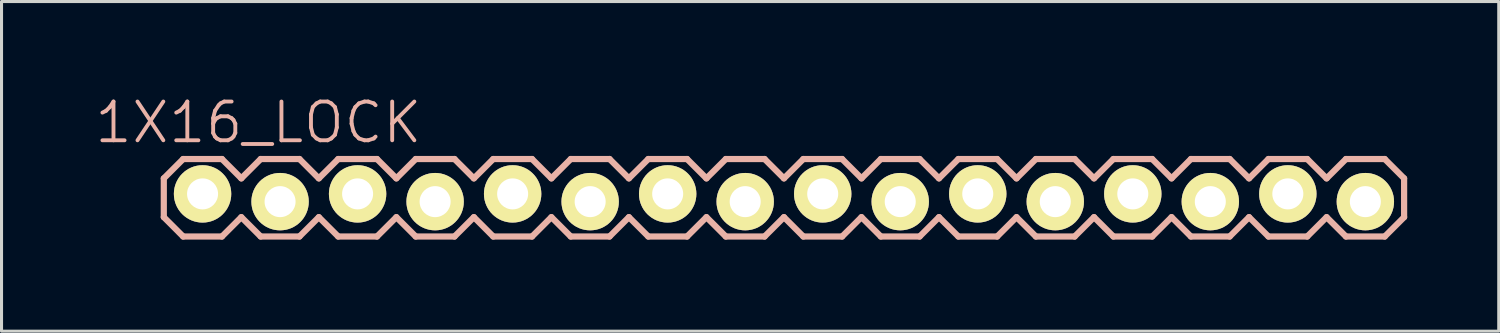
<source format=kicad_pcb>
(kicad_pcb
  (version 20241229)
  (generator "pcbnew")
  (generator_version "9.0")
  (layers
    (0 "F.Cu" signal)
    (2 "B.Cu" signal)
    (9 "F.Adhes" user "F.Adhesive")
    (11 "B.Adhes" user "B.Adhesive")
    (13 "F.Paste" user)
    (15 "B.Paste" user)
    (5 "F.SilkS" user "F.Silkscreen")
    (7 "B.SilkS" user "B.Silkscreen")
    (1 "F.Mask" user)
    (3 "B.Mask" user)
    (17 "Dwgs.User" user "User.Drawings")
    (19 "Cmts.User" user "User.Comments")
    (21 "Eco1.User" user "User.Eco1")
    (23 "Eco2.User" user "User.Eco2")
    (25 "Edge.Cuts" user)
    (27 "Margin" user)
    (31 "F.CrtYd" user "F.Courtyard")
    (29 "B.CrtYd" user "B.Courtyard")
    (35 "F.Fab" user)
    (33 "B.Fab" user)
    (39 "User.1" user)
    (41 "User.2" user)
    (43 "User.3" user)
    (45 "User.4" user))
  (footprint "1X16_LOCK"
    (layer "F.Cu")
    (at 3.587 3.43)
    (property "Reference" "1X16_LOCK" (at 1.829 -2.464 0) (layer "B.SilkS") (effects (font (size 1.27 1.27) (thickness 0.127))))
    (attr exclude_from_pos_files exclude_from_bom)
    (fp_line (start -0.254 -0.254) (end 0.254 -0.254) (stroke (width 0.066) (type solid)) (layer "F.SilkS"))
    (fp_line (start -0.254 0.254) (end -0.254 -0.254) (stroke (width 0.066) (type solid)) (layer "F.SilkS"))
    (fp_line (start -0.254 0.254) (end 0.254 0.254) (stroke (width 0.066) (type solid)) (layer "F.SilkS"))
    (fp_line (start 0.254 0.254) (end 0.254 -0.254) (stroke (width 0.066) (type solid)) (layer "F.SilkS"))
    (fp_line (start 2.286 -0.254) (end 2.794 -0.254) (stroke (width 0.066) (type solid)) (layer "F.SilkS"))
    (fp_line (start 2.286 0.254) (end 2.286 -0.254) (stroke (width 0.066) (type solid)) (layer "F.SilkS"))
    (fp_line (start 2.286 0.254) (end 2.794 0.254) (stroke (width 0.066) (type solid)) (layer "F.SilkS"))
    (fp_line (start 2.794 0.254) (end 2.794 -0.254) (stroke (width 0.066) (type solid)) (layer "F.SilkS"))
    (fp_line (start 4.826 -0.254) (end 5.334 -0.254) (stroke (width 0.066) (type solid)) (layer "F.SilkS"))
    (fp_line (start 4.826 0.254) (end 4.826 -0.254) (stroke (width 0.066) (type solid)) (layer "F.SilkS"))
    (fp_line (start 4.826 0.254) (end 5.334 0.254) (stroke (width 0.066) (type solid)) (layer "F.SilkS"))
    (fp_line (start 5.334 0.254) (end 5.334 -0.254) (stroke (width 0.066) (type solid)) (layer "F.SilkS"))
    (fp_line (start 7.366 -0.254) (end 7.874 -0.254) (stroke (width 0.066) (type solid)) (layer "F.SilkS"))
    (fp_line (start 7.366 0.254) (end 7.366 -0.254) (stroke (width 0.066) (type solid)) (layer "F.SilkS"))
    (fp_line (start 7.366 0.254) (end 7.874 0.254) (stroke (width 0.066) (type solid)) (layer "F.SilkS"))
    (fp_line (start 7.874 0.254) (end 7.874 -0.254) (stroke (width 0.066) (type solid)) (layer "F.SilkS"))
    (fp_line (start 9.906 -0.254) (end 10.414 -0.254) (stroke (width 0.066) (type solid)) (layer "F.SilkS"))
    (fp_line (start 9.906 0.254) (end 9.906 -0.254) (stroke (width 0.066) (type solid)) (layer "F.SilkS"))
    (fp_line (start 9.906 0.254) (end 10.414 0.254) (stroke (width 0.066) (type solid)) (layer "F.SilkS"))
    (fp_line (start 10.414 0.254) (end 10.414 -0.254) (stroke (width 0.066) (type solid)) (layer "F.SilkS"))
    (fp_line (start 12.446 -0.254) (end 12.954 -0.254) (stroke (width 0.066) (type solid)) (layer "F.SilkS"))
    (fp_line (start 12.446 0.254) (end 12.446 -0.254) (stroke (width 0.066) (type solid)) (layer "F.SilkS"))
    (fp_line (start 12.446 0.254) (end 12.954 0.254) (stroke (width 0.066) (type solid)) (layer "F.SilkS"))
    (fp_line (start 12.954 0.254) (end 12.954 -0.254) (stroke (width 0.066) (type solid)) (layer "F.SilkS"))
    (fp_line (start 14.986 -0.254) (end 15.494 -0.254) (stroke (width 0.066) (type solid)) (layer "F.SilkS"))
    (fp_line (start 14.986 0.254) (end 14.986 -0.254) (stroke (width 0.066) (type solid)) (layer "F.SilkS"))
    (fp_line (start 14.986 0.254) (end 15.494 0.254) (stroke (width 0.066) (type solid)) (layer "F.SilkS"))
    (fp_line (start 15.494 0.254) (end 15.494 -0.254) (stroke (width 0.066) (type solid)) (layer "F.SilkS"))
    (fp_line (start 17.523 -0.254) (end 18.034 -0.254) (stroke (width 0.066) (type solid)) (layer "F.SilkS"))
    (fp_line (start 17.523 0.254) (end 17.523 -0.254) (stroke (width 0.066) (type solid)) (layer "F.SilkS"))
    (fp_line (start 17.523 0.254) (end 18.034 0.254) (stroke (width 0.066) (type solid)) (layer "F.SilkS"))
    (fp_line (start 18.034 0.254) (end 18.034 -0.254) (stroke (width 0.066) (type solid)) (layer "F.SilkS"))
    (fp_line (start 20.066 -0.254) (end 20.574 -0.254) (stroke (width 0.066) (type solid)) (layer "F.SilkS"))
    (fp_line (start 20.066 0.254) (end 20.066 -0.254) (stroke (width 0.066) (type solid)) (layer "F.SilkS"))
    (fp_line (start 20.066 0.254) (end 20.574 0.254) (stroke (width 0.066) (type solid)) (layer "F.SilkS"))
    (fp_line (start 20.574 0.254) (end 20.574 -0.254) (stroke (width 0.066) (type solid)) (layer "F.SilkS"))
    (fp_line (start 22.606 -0.254) (end 23.114 -0.254) (stroke (width 0.066) (type solid)) (layer "F.SilkS"))
    (fp_line (start 22.606 0.254) (end 22.606 -0.254) (stroke (width 0.066) (type solid)) (layer "F.SilkS"))
    (fp_line (start 22.606 0.254) (end 23.114 0.254) (stroke (width 0.066) (type solid)) (layer "F.SilkS"))
    (fp_line (start 23.114 0.254) (end 23.114 -0.254) (stroke (width 0.066) (type solid)) (layer "F.SilkS"))
    (fp_line (start 25.146 -0.254) (end 25.654 -0.254) (stroke (width 0.066) (type solid)) (layer "F.SilkS"))
    (fp_line (start 25.146 0.254) (end 25.146 -0.254) (stroke (width 0.066) (type solid)) (layer "F.SilkS"))
    (fp_line (start 25.146 0.254) (end 25.654 0.254) (stroke (width 0.066) (type solid)) (layer "F.SilkS"))
    (fp_line (start 25.654 0.254) (end 25.654 -0.254) (stroke (width 0.066) (type solid)) (layer "F.SilkS"))
    (fp_line (start 27.686 -0.254) (end 28.194 -0.254) (stroke (width 0.066) (type solid)) (layer "F.SilkS"))
    (fp_line (start 27.686 0.254) (end 27.686 -0.254) (stroke (width 0.066) (type solid)) (layer "F.SilkS"))
    (fp_line (start 27.686 0.254) (end 28.194 0.254) (stroke (width 0.066) (type solid)) (layer "F.SilkS"))
    (fp_line (start 28.194 0.254) (end 28.194 -0.254) (stroke (width 0.066) (type solid)) (layer "F.SilkS"))
    (fp_line (start 30.226 -0.254) (end 30.734 -0.254) (stroke (width 0.066) (type solid)) (layer "F.SilkS"))
    (fp_line (start 30.226 0.254) (end 30.226 -0.254) (stroke (width 0.066) (type solid)) (layer "F.SilkS"))
    (fp_line (start 30.226 0.254) (end 30.734 0.254) (stroke (width 0.066) (type solid)) (layer "F.SilkS"))
    (fp_line (start 30.734 0.254) (end 30.734 -0.254) (stroke (width 0.066) (type solid)) (layer "F.SilkS"))
    (fp_line (start 32.766 -0.254) (end 33.274 -0.254) (stroke (width 0.066) (type solid)) (layer "F.SilkS"))
    (fp_line (start 32.766 0.254) (end 32.766 -0.254) (stroke (width 0.066) (type solid)) (layer "F.SilkS"))
    (fp_line (start 32.766 0.254) (end 33.274 0.254) (stroke (width 0.066) (type solid)) (layer "F.SilkS"))
    (fp_line (start 33.274 0.254) (end 33.274 -0.254) (stroke (width 0.066) (type solid)) (layer "F.SilkS"))
    (fp_line (start 35.303 -0.254) (end 35.814 -0.254) (stroke (width 0.066) (type solid)) (layer "F.SilkS"))
    (fp_line (start 35.303 0.254) (end 35.303 -0.254) (stroke (width 0.066) (type solid)) (layer "F.SilkS"))
    (fp_line (start 35.303 0.254) (end 35.814 0.254) (stroke (width 0.066) (type solid)) (layer "F.SilkS"))
    (fp_line (start 35.814 0.254) (end 35.814 -0.254) (stroke (width 0.066) (type solid)) (layer "F.SilkS"))
    (fp_line (start 37.846 -0.254) (end 38.354 -0.254) (stroke (width 0.066) (type solid)) (layer "F.SilkS"))
    (fp_line (start 37.846 0.254) (end 37.846 -0.254) (stroke (width 0.066) (type solid)) (layer "F.SilkS"))
    (fp_line (start 37.846 0.254) (end 38.354 0.254) (stroke (width 0.066) (type solid)) (layer "F.SilkS"))
    (fp_line (start 38.354 0.254) (end 38.354 -0.254) (stroke (width 0.066) (type solid)) (layer "F.SilkS"))
    (fp_line (start -1.27 -0.635) (end -1.27 0.635) (stroke (width 0.203) (type solid)) (layer "B.SilkS"))
    (fp_line (start -1.27 0.635) (end -0.635 1.27) (stroke (width 0.203) (type solid)) (layer "B.SilkS"))
    (fp_line (start -0.635 -1.27) (end -1.27 -0.635) (stroke (width 0.203) (type solid)) (layer "B.SilkS"))
    (fp_line (start -0.635 -1.27) (end 0.635 -1.27) (stroke (width 0.203) (type solid)) (layer "B.SilkS"))
    (fp_line (start 0.635 -1.27) (end 1.27 -0.635) (stroke (width 0.203) (type solid)) (layer "B.SilkS"))
    (fp_line (start 0.635 1.27) (end -0.635 1.27) (stroke (width 0.203) (type solid)) (layer "B.SilkS"))
    (fp_line (start 1.27 -0.635) (end 1.905 -1.27) (stroke (width 0.203) (type solid)) (layer "B.SilkS"))
    (fp_line (start 1.27 0.635) (end 0.635 1.27) (stroke (width 0.203) (type solid)) (layer "B.SilkS"))
    (fp_line (start 1.905 -1.27) (end 3.175 -1.27) (stroke (width 0.203) (type solid)) (layer "B.SilkS"))
    (fp_line (start 1.905 1.27) (end 1.27 0.635) (stroke (width 0.203) (type solid)) (layer "B.SilkS"))
    (fp_line (start 3.175 -1.27) (end 3.81 -0.635) (stroke (width 0.203) (type solid)) (layer "B.SilkS"))
    (fp_line (start 3.175 1.27) (end 1.905 1.27) (stroke (width 0.203) (type solid)) (layer "B.SilkS"))
    (fp_line (start 3.81 -0.635) (end 4.445 -1.27) (stroke (width 0.203) (type solid)) (layer "B.SilkS"))
    (fp_line (start 3.81 0.635) (end 3.175 1.27) (stroke (width 0.203) (type solid)) (layer "B.SilkS"))
    (fp_line (start 4.445 -1.27) (end 5.715 -1.27) (stroke (width 0.203) (type solid)) (layer "B.SilkS"))
    (fp_line (start 4.445 1.27) (end 3.81 0.635) (stroke (width 0.203) (type solid)) (layer "B.SilkS"))
    (fp_line (start 5.715 -1.27) (end 6.35 -0.635) (stroke (width 0.203) (type solid)) (layer "B.SilkS"))
    (fp_line (start 5.715 1.27) (end 4.445 1.27) (stroke (width 0.203) (type solid)) (layer "B.SilkS"))
    (fp_line (start 6.35 0.635) (end 5.715 1.27) (stroke (width 0.203) (type solid)) (layer "B.SilkS"))
    (fp_line (start 6.35 0.635) (end 6.985 1.27) (stroke (width 0.203) (type solid)) (layer "B.SilkS"))
    (fp_line (start 6.985 -1.27) (end 6.35 -0.635) (stroke (width 0.203) (type solid)) (layer "B.SilkS"))
    (fp_line (start 6.985 -1.27) (end 8.255 -1.27) (stroke (width 0.203) (type solid)) (layer "B.SilkS"))
    (fp_line (start 8.255 -1.27) (end 8.89 -0.635) (stroke (width 0.203) (type solid)) (layer "B.SilkS"))
    (fp_line (start 8.255 1.27) (end 6.985 1.27) (stroke (width 0.203) (type solid)) (layer "B.SilkS"))
    (fp_line (start 8.89 -0.635) (end 9.525 -1.27) (stroke (width 0.203) (type solid)) (layer "B.SilkS"))
    (fp_line (start 8.89 0.635) (end 8.255 1.27) (stroke (width 0.203) (type solid)) (layer "B.SilkS"))
    (fp_line (start 9.525 -1.27) (end 10.795 -1.27) (stroke (width 0.203) (type solid)) (layer "B.SilkS"))
    (fp_line (start 9.525 1.27) (end 8.89 0.635) (stroke (width 0.203) (type solid)) (layer "B.SilkS"))
    (fp_line (start 10.795 -1.27) (end 11.43 -0.635) (stroke (width 0.203) (type solid)) (layer "B.SilkS"))
    (fp_line (start 10.795 1.27) (end 9.525 1.27) (stroke (width 0.203) (type solid)) (layer "B.SilkS"))
    (fp_line (start 11.43 -0.635) (end 12.065 -1.27) (stroke (width 0.203) (type solid)) (layer "B.SilkS"))
    (fp_line (start 11.43 0.635) (end 10.795 1.27) (stroke (width 0.203) (type solid)) (layer "B.SilkS"))
    (fp_line (start 12.065 -1.27) (end 13.335 -1.27) (stroke (width 0.203) (type solid)) (layer "B.SilkS"))
    (fp_line (start 12.065 1.27) (end 11.43 0.635) (stroke (width 0.203) (type solid)) (layer "B.SilkS"))
    (fp_line (start 13.335 -1.27) (end 13.97 -0.635) (stroke (width 0.203) (type solid)) (layer "B.SilkS"))
    (fp_line (start 13.335 1.27) (end 12.065 1.27) (stroke (width 0.203) (type solid)) (layer "B.SilkS"))
    (fp_line (start 13.97 0.635) (end 13.335 1.27) (stroke (width 0.203) (type solid)) (layer "B.SilkS"))
    (fp_line (start 13.97 0.635) (end 14.605 1.27) (stroke (width 0.203) (type solid)) (layer "B.SilkS"))
    (fp_line (start 14.605 -1.27) (end 13.97 -0.635) (stroke (width 0.203) (type solid)) (layer "B.SilkS"))
    (fp_line (start 14.605 -1.27) (end 15.875 -1.27) (stroke (width 0.203) (type solid)) (layer "B.SilkS"))
    (fp_line (start 15.875 -1.27) (end 16.51 -0.635) (stroke (width 0.203) (type solid)) (layer "B.SilkS"))
    (fp_line (start 15.875 1.27) (end 14.605 1.27) (stroke (width 0.203) (type solid)) (layer "B.SilkS"))
    (fp_line (start 16.51 0.635) (end 15.875 1.27) (stroke (width 0.203) (type solid)) (layer "B.SilkS"))
    (fp_line (start 16.51 0.635) (end 17.145 1.27) (stroke (width 0.203) (type solid)) (layer "B.SilkS"))
    (fp_line (start 17.145 -1.27) (end 16.51 -0.635) (stroke (width 0.203) (type solid)) (layer "B.SilkS"))
    (fp_line (start 17.145 -1.27) (end 18.415 -1.27) (stroke (width 0.203) (type solid)) (layer "B.SilkS"))
    (fp_line (start 18.415 -1.27) (end 19.05 -0.635) (stroke (width 0.203) (type solid)) (layer "B.SilkS"))
    (fp_line (start 18.415 1.27) (end 17.145 1.27) (stroke (width 0.203) (type solid)) (layer "B.SilkS"))
    (fp_line (start 19.05 -0.635) (end 19.685 -1.27) (stroke (width 0.203) (type solid)) (layer "B.SilkS"))
    (fp_line (start 19.05 0.635) (end 18.415 1.27) (stroke (width 0.203) (type solid)) (layer "B.SilkS"))
    (fp_line (start 19.685 -1.27) (end 20.955 -1.27) (stroke (width 0.203) (type solid)) (layer "B.SilkS"))
    (fp_line (start 19.685 1.27) (end 19.05 0.635) (stroke (width 0.203) (type solid)) (layer "B.SilkS"))
    (fp_line (start 20.955 -1.27) (end 21.59 -0.635) (stroke (width 0.203) (type solid)) (layer "B.SilkS"))
    (fp_line (start 20.955 1.27) (end 19.685 1.27) (stroke (width 0.203) (type solid)) (layer "B.SilkS"))
    (fp_line (start 21.59 -0.635) (end 22.225 -1.27) (stroke (width 0.203) (type solid)) (layer "B.SilkS"))
    (fp_line (start 21.59 0.635) (end 20.955 1.27) (stroke (width 0.203) (type solid)) (layer "B.SilkS"))
    (fp_line (start 22.225 -1.27) (end 23.495 -1.27) (stroke (width 0.203) (type solid)) (layer "B.SilkS"))
    (fp_line (start 22.225 1.27) (end 21.59 0.635) (stroke (width 0.203) (type solid)) (layer "B.SilkS"))
    (fp_line (start 23.495 -1.27) (end 24.13 -0.635) (stroke (width 0.203) (type solid)) (layer "B.SilkS"))
    (fp_line (start 23.495 1.27) (end 22.225 1.27) (stroke (width 0.203) (type solid)) (layer "B.SilkS"))
    (fp_line (start 24.13 0.635) (end 23.495 1.27) (stroke (width 0.203) (type solid)) (layer "B.SilkS"))
    (fp_line (start 24.13 0.635) (end 24.765 1.27) (stroke (width 0.203) (type solid)) (layer "B.SilkS"))
    (fp_line (start 24.765 -1.27) (end 24.13 -0.635) (stroke (width 0.203) (type solid)) (layer "B.SilkS"))
    (fp_line (start 24.765 -1.27) (end 26.035 -1.27) (stroke (width 0.203) (type solid)) (layer "B.SilkS"))
    (fp_line (start 26.035 -1.27) (end 26.67 -0.635) (stroke (width 0.203) (type solid)) (layer "B.SilkS"))
    (fp_line (start 26.035 1.27) (end 24.765 1.27) (stroke (width 0.203) (type solid)) (layer "B.SilkS"))
    (fp_line (start 26.67 -0.635) (end 27.305 -1.27) (stroke (width 0.203) (type solid)) (layer "B.SilkS"))
    (fp_line (start 26.67 0.635) (end 26.035 1.27) (stroke (width 0.203) (type solid)) (layer "B.SilkS"))
    (fp_line (start 27.305 -1.27) (end 28.575 -1.27) (stroke (width 0.203) (type solid)) (layer "B.SilkS"))
    (fp_line (start 27.305 1.27) (end 26.67 0.635) (stroke (width 0.203) (type solid)) (layer "B.SilkS"))
    (fp_line (start 28.575 -1.27) (end 29.21 -0.635) (stroke (width 0.203) (type solid)) (layer "B.SilkS"))
    (fp_line (start 28.575 1.27) (end 27.305 1.27) (stroke (width 0.203) (type solid)) (layer "B.SilkS"))
    (fp_line (start 29.21 -0.635) (end 29.845 -1.27) (stroke (width 0.203) (type solid)) (layer "B.SilkS"))
    (fp_line (start 29.21 0.635) (end 28.575 1.27) (stroke (width 0.203) (type solid)) (layer "B.SilkS"))
    (fp_line (start 29.845 -1.27) (end 31.115 -1.27) (stroke (width 0.203) (type solid)) (layer "B.SilkS"))
    (fp_line (start 29.845 1.27) (end 29.21 0.635) (stroke (width 0.203) (type solid)) (layer "B.SilkS"))
    (fp_line (start 31.115 -1.27) (end 31.75 -0.635) (stroke (width 0.203) (type solid)) (layer "B.SilkS"))
    (fp_line (start 31.115 1.27) (end 29.845 1.27) (stroke (width 0.203) (type solid)) (layer "B.SilkS"))
    (fp_line (start 31.75 0.635) (end 31.115 1.27) (stroke (width 0.203) (type solid)) (layer "B.SilkS"))
    (fp_line (start 31.75 0.635) (end 32.385 1.27) (stroke (width 0.203) (type solid)) (layer "B.SilkS"))
    (fp_line (start 32.385 -1.27) (end 31.75 -0.635) (stroke (width 0.203) (type solid)) (layer "B.SilkS"))
    (fp_line (start 32.385 -1.27) (end 33.655 -1.27) (stroke (width 0.203) (type solid)) (layer "B.SilkS"))
    (fp_line (start 33.655 -1.27) (end 34.29 -0.635) (stroke (width 0.203) (type solid)) (layer "B.SilkS"))
    (fp_line (start 33.655 1.27) (end 32.385 1.27) (stroke (width 0.203) (type solid)) (layer "B.SilkS"))
    (fp_line (start 34.29 0.635) (end 33.655 1.27) (stroke (width 0.203) (type solid)) (layer "B.SilkS"))
    (fp_line (start 34.29 0.635) (end 34.925 1.27) (stroke (width 0.203) (type solid)) (layer "B.SilkS"))
    (fp_line (start 34.925 -1.27) (end 34.29 -0.635) (stroke (width 0.203) (type solid)) (layer "B.SilkS"))
    (fp_line (start 34.925 -1.27) (end 36.195 -1.27) (stroke (width 0.203) (type solid)) (layer "B.SilkS"))
    (fp_line (start 36.195 -1.27) (end 36.83 -0.635) (stroke (width 0.203) (type solid)) (layer "B.SilkS"))
    (fp_line (start 36.195 1.27) (end 34.925 1.27) (stroke (width 0.203) (type solid)) (layer "B.SilkS"))
    (fp_line (start 36.83 0.635) (end 36.195 1.27) (stroke (width 0.203) (type solid)) (layer "B.SilkS"))
    (fp_line (start 36.83 0.635) (end 37.465 1.27) (stroke (width 0.203) (type solid)) (layer "B.SilkS"))
    (fp_line (start 37.465 -1.27) (end 36.83 -0.635) (stroke (width 0.203) (type solid)) (layer "B.SilkS"))
    (fp_line (start 37.465 -1.27) (end 38.735 -1.27) (stroke (width 0.203) (type solid)) (layer "B.SilkS"))
    (fp_line (start 38.735 -1.27) (end 39.37 -0.635) (stroke (width 0.203) (type solid)) (layer "B.SilkS"))
    (fp_line (start 38.735 1.27) (end 37.465 1.27) (stroke (width 0.203) (type solid)) (layer "B.SilkS"))
    (fp_line (start 39.37 -0.635) (end 39.37 0.635) (stroke (width 0.203) (type solid)) (layer "B.SilkS"))
    (fp_line (start 39.37 0.635) (end 38.735 1.27) (stroke (width 0.203) (type solid)) (layer "B.SilkS"))
    (pad "1" thru_hole circle (at 0 -0.127) (size 1.88 1.88) (drill 1.016) (layers "*.Cu" "F.Mask" "F.SilkS" "F.Paste"))
    (pad "2" thru_hole circle (at 2.54 0.127) (size 1.88 1.88) (drill 1.016) (layers "*.Cu" "F.Mask" "F.SilkS" "F.Paste"))
    (pad "3" thru_hole circle (at 5.08 -0.127) (size 1.88 1.88) (drill 1.016) (layers "*.Cu" "F.Mask" "F.SilkS" "F.Paste"))
    (pad "4" thru_hole circle (at 7.62 0.127) (size 1.88 1.88) (drill 1.016) (layers "*.Cu" "F.Mask" "F.SilkS" "F.Paste"))
    (pad "5" thru_hole circle (at 10.16 -0.127) (size 1.88 1.88) (drill 1.016) (layers "*.Cu" "F.Mask" "F.SilkS" "F.Paste"))
    (pad "6" thru_hole circle (at 12.7 0.127) (size 1.88 1.88) (drill 1.016) (layers "*.Cu" "F.Mask" "F.SilkS" "F.Paste"))
    (pad "7" thru_hole circle (at 15.24 -0.127) (size 1.88 1.88) (drill 1.016) (layers "*.Cu" "F.Mask" "F.SilkS" "F.Paste"))
    (pad "8" thru_hole circle (at 17.78 0.127) (size 1.88 1.88) (drill 1.016) (layers "*.Cu" "F.Mask" "F.SilkS" "F.Paste"))
    (pad "9" thru_hole circle (at 20.32 -0.127) (size 1.88 1.88) (drill 1.016) (layers "*.Cu" "F.Mask" "F.SilkS" "F.Paste"))
    (pad "10" thru_hole circle (at 22.86 0.127) (size 1.88 1.88) (drill 1.016) (layers "*.Cu" "F.Mask" "F.SilkS" "F.Paste"))
    (pad "11" thru_hole circle (at 25.4 -0.127) (size 1.88 1.88) (drill 1.016) (layers "*.Cu" "F.Mask" "F.SilkS" "F.Paste"))
    (pad "12" thru_hole circle (at 27.94 0.127) (size 1.88 1.88) (drill 1.016) (layers "*.Cu" "F.Mask" "F.SilkS" "F.Paste"))
    (pad "13" thru_hole circle (at 30.48 -0.127) (size 1.88 1.88) (drill 1.016) (layers "*.Cu" "F.Mask" "F.SilkS" "F.Paste"))
    (pad "14" thru_hole circle (at 33.02 0.127) (size 1.88 1.88) (drill 1.016) (layers "*.Cu" "F.Mask" "F.SilkS" "F.Paste"))
    (pad "15" thru_hole circle (at 35.56 -0.127) (size 1.88 1.88) (drill 1.016) (layers "*.Cu" "F.Mask" "F.SilkS" "F.Paste"))
    (pad "16" thru_hole circle (at 38.1 0.127) (size 1.88 1.88) (drill 1.016) (layers "*.Cu" "F.Mask" "F.SilkS" "F.Paste")))
  (gr_rect
    (start -3 -3)
    (end 46.058 7.801)
    (stroke (width 0.1) (type default))
    (fill no)
    (layer "Edge.Cuts")))
</source>
